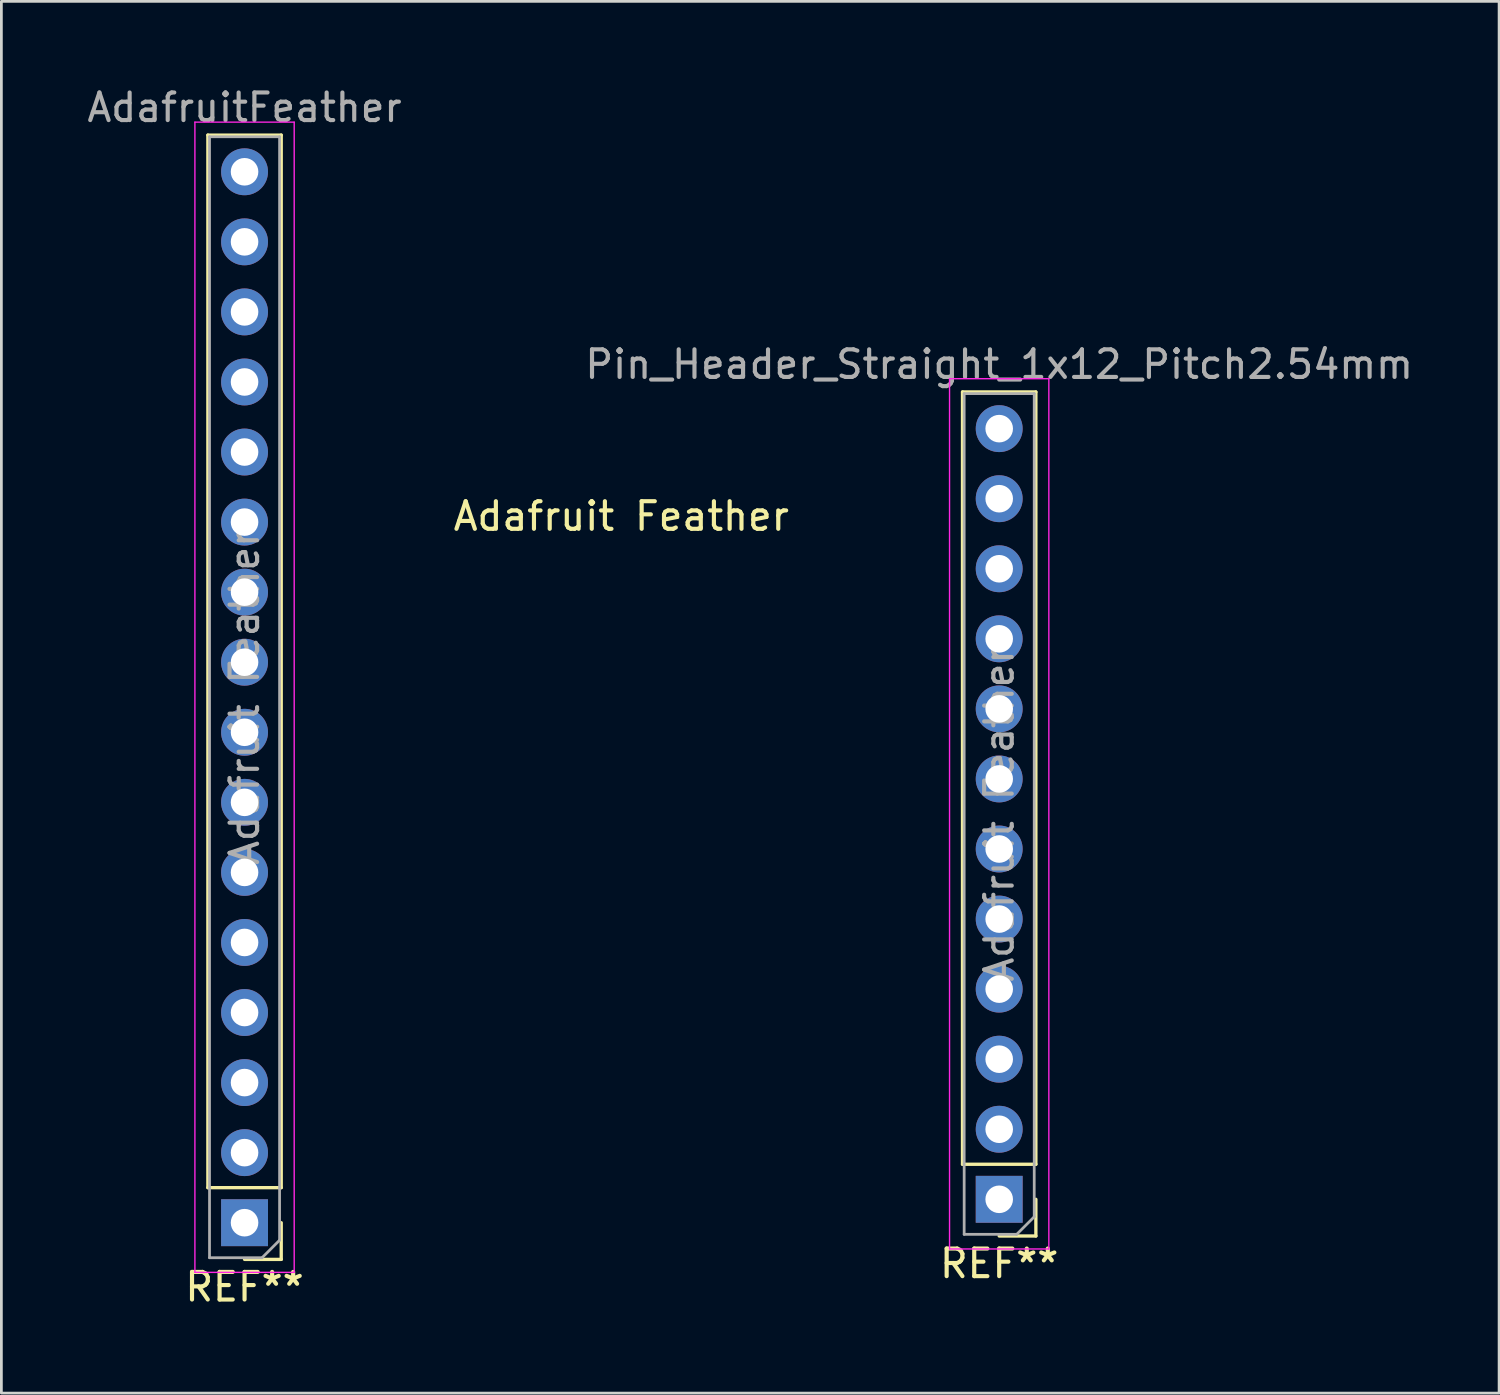
<source format=kicad_pcb>
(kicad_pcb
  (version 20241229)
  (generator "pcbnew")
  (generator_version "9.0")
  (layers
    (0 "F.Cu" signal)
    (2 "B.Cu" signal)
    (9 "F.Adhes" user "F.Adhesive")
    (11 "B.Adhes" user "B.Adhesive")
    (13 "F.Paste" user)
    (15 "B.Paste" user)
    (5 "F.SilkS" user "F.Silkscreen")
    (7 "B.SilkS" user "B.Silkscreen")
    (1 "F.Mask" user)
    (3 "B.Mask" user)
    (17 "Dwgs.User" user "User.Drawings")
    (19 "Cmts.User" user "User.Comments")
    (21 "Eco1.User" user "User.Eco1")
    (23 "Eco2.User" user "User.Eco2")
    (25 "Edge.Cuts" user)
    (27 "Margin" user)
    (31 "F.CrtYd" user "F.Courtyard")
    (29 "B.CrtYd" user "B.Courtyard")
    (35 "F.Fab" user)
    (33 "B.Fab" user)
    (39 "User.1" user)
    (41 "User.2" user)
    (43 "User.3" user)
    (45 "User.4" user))
  (footprint "Adafruit Feather"
    (layer "F.Cu")
    (at 22.015 17.706)
    (property "Reference" "Adafruit Feather" (at -2.54 -2.04 0) (layer "F.SilkS") (effects (font (size 1 1) (thickness 0.15))))
    (attr through_hole)
    (fp_line (start -17.529 22.302) (end -17.529 -15.858) (stroke (width 0.12) (type solid)) (layer "F.SilkS"))
    (fp_line (start -14.869 -15.858) (end -17.529 -15.858) (stroke (width 0.12) (type solid)) (layer "F.SilkS"))
    (fp_line (start -14.869 22.302) (end -17.529 22.302) (stroke (width 0.12) (type solid)) (layer "F.SilkS"))
    (fp_line (start -14.869 22.302) (end -14.869 -15.858) (stroke (width 0.12) (type solid)) (layer "F.SilkS"))
    (fp_line (start -14.869 23.572) (end -14.869 24.902) (stroke (width 0.12) (type solid)) (layer "F.SilkS"))
    (fp_line (start -14.869 24.902) (end -16.199 24.902) (stroke (width 0.12) (type solid)) (layer "F.SilkS"))
    (fp_line (start 9.83 21.454) (end 9.83 -6.546) (stroke (width 0.12) (type solid)) (layer "F.SilkS"))
    (fp_line (start 12.49 -6.546) (end 9.83 -6.546) (stroke (width 0.12) (type solid)) (layer "F.SilkS"))
    (fp_line (start 12.49 21.454) (end 9.83 21.454) (stroke (width 0.12) (type solid)) (layer "F.SilkS"))
    (fp_line (start 12.49 21.454) (end 12.49 -6.546) (stroke (width 0.12) (type solid)) (layer "F.SilkS"))
    (fp_line (start 12.49 22.724) (end 12.49 24.054) (stroke (width 0.12) (type solid)) (layer "F.SilkS"))
    (fp_line (start 12.49 24.054) (end 11.16 24.054) (stroke (width 0.12) (type solid)) (layer "F.SilkS"))
    (fp_line (start -17.999 -16.328) (end -17.999 25.372) (stroke (width 0.05) (type solid)) (layer "F.CrtYd"))
    (fp_line (start -17.999 25.372) (end -14.399 25.372) (stroke (width 0.05) (type solid)) (layer "F.CrtYd"))
    (fp_line (start -14.399 -16.328) (end -17.999 -16.328) (stroke (width 0.05) (type solid)) (layer "F.CrtYd"))
    (fp_line (start -14.399 25.372) (end -14.399 -16.328) (stroke (width 0.05) (type solid)) (layer "F.CrtYd"))
    (fp_line (start 9.36 -7.026) (end 9.36 24.524) (stroke (width 0.05) (type solid)) (layer "F.CrtYd"))
    (fp_line (start 9.36 24.524) (end 12.96 24.524) (stroke (width 0.05) (type solid)) (layer "F.CrtYd"))
    (fp_line (start 12.96 -7.026) (end 9.36 -7.026) (stroke (width 0.05) (type solid)) (layer "F.CrtYd"))
    (fp_line (start 12.96 24.524) (end 12.96 -7.026) (stroke (width 0.05) (type solid)) (layer "F.CrtYd"))
    (fp_line (start -17.469 -15.798) (end -14.929 -15.798) (stroke (width 0.1) (type solid)) (layer "F.Fab"))
    (fp_line (start -17.469 24.842) (end -17.469 -15.798) (stroke (width 0.1) (type solid)) (layer "F.Fab"))
    (fp_line (start -15.564 24.842) (end -17.469 24.842) (stroke (width 0.1) (type solid)) (layer "F.Fab"))
    (fp_line (start -14.929 -15.798) (end -14.929 24.207) (stroke (width 0.1) (type solid)) (layer "F.Fab"))
    (fp_line (start -14.929 24.207) (end -15.564 24.842) (stroke (width 0.1) (type solid)) (layer "F.Fab"))
    (fp_line (start 9.89 -6.486) (end 12.43 -6.486) (stroke (width 0.1) (type solid)) (layer "F.Fab"))
    (fp_line (start 9.89 23.994) (end 9.89 -6.486) (stroke (width 0.1) (type solid)) (layer "F.Fab"))
    (fp_line (start 11.795 23.994) (end 9.89 23.994) (stroke (width 0.1) (type solid)) (layer "F.Fab"))
    (fp_line (start 12.43 -6.486) (end 12.43 23.359) (stroke (width 0.1) (type solid)) (layer "F.Fab"))
    (fp_line (start 12.43 23.359) (end 11.795 23.994) (stroke (width 0.1) (type solid)) (layer "F.Fab"))
    (fp_text user "REF**" (at -16.199 25.902 180) (layer "F.SilkS") (effects (font (size 1 1) (thickness 0.15))))
    (fp_text user "REF**" (at 11.16 25.054 180) (layer "F.SilkS") (effects (font (size 1 1) (thickness 0.15))))
    (fp_text user "${REFERENCE}" (at -16.199 4.522 270) (layer "F.Fab") (effects (font (size 1 1) (thickness 0.15))))
    (fp_text user "AdafruitFeather" (at -16.199 -16.858 180) (layer "F.Fab") (effects (font (size 1 1) (thickness 0.15))))
    (fp_text user "Pin_Header_Straight_1x12_Pitch2.54mm" (at 11.16 -7.546 180) (layer "F.Fab") (effects (font (size 1 1) (thickness 0.15))))
    (fp_text user "${REFERENCE}" (at 11.16 8.754 270) (layer "F.Fab") (effects (font (size 1 1) (thickness 0.15))))
    (pad "1" thru_hole rect (at -16.199 23.572 180) (size 1.7 1.7) (drill 1) (layers "*.Cu" "*.Mask"))
    (pad "2" thru_hole oval (at -16.199 21.032 180) (size 1.7 1.7) (drill 1) (layers "*.Cu" "*.Mask"))
    (pad "3" thru_hole oval (at -16.199 18.492 180) (size 1.7 1.7) (drill 1) (layers "*.Cu" "*.Mask"))
    (pad "4" thru_hole oval (at -16.199 15.952 180) (size 1.7 1.7) (drill 1) (layers "*.Cu" "*.Mask"))
    (pad "5" thru_hole oval (at -16.199 13.412 180) (size 1.7 1.7) (drill 1) (layers "*.Cu" "*.Mask"))
    (pad "6" thru_hole oval (at -16.199 10.872 180) (size 1.7 1.7) (drill 1) (layers "*.Cu" "*.Mask"))
    (pad "7" thru_hole oval (at -16.199 8.332 180) (size 1.7 1.7) (drill 1) (layers "*.Cu" "*.Mask"))
    (pad "8" thru_hole oval (at -16.199 5.792 180) (size 1.7 1.7) (drill 1) (layers "*.Cu" "*.Mask"))
    (pad "9" thru_hole oval (at -16.199 3.252 180) (size 1.7 1.7) (drill 1) (layers "*.Cu" "*.Mask"))
    (pad "10" thru_hole oval (at -16.199 0.712 180) (size 1.7 1.7) (drill 1) (layers "*.Cu" "*.Mask"))
    (pad "11" thru_hole oval (at -16.199 -1.828) (size 1.7 1.7) (drill 1) (layers "*.Cu" "*.Mask"))
    (pad "12" thru_hole oval (at -16.199 -4.368 180) (size 1.7 1.7) (drill 1) (layers "*.Cu" "*.Mask"))
    (pad "13" thru_hole oval (at -16.199 -6.908 180) (size 1.7 1.7) (drill 1) (layers "*.Cu" "*.Mask"))
    (pad "14" thru_hole oval (at -16.199 -9.448 180) (size 1.7 1.7) (drill 1) (layers "*.Cu" "*.Mask"))
    (pad "15" thru_hole oval (at -16.199 -11.988 180) (size 1.7 1.7) (drill 1) (layers "*.Cu" "*.Mask"))
    (pad "16" thru_hole oval (at -16.199 -14.528 180) (size 1.7 1.7) (drill 1) (layers "*.Cu" "*.Mask"))
    (pad "17" thru_hole oval (at 11.16 -5.216 180) (size 1.7 1.7) (drill 1) (layers "*.Cu" "*.Mask"))
    (pad "18" thru_hole oval (at 11.16 -2.676 180) (size 1.7 1.7) (drill 1) (layers "*.Cu" "*.Mask"))
    (pad "19" thru_hole oval (at 11.16 -0.136 180) (size 1.7 1.7) (drill 1) (layers "*.Cu" "*.Mask"))
    (pad "20" thru_hole oval (at 11.16 2.404 180) (size 1.7 1.7) (drill 1) (layers "*.Cu" "*.Mask"))
    (pad "21" thru_hole oval (at 11.16 4.944 180) (size 1.7 1.7) (drill 1) (layers "*.Cu" "*.Mask"))
    (pad "22" thru_hole oval (at 11.16 7.484 180) (size 1.7 1.7) (drill 1) (layers "*.Cu" "*.Mask"))
    (pad "23" thru_hole oval (at 11.16 10.024 180) (size 1.7 1.7) (drill 1) (layers "*.Cu" "*.Mask"))
    (pad "24" thru_hole oval (at 11.16 12.564 180) (size 1.7 1.7) (drill 1) (layers "*.Cu" "*.Mask"))
    (pad "25" thru_hole oval (at 11.16 15.104 180) (size 1.7 1.7) (drill 1) (layers "*.Cu" "*.Mask"))
    (pad "26" thru_hole oval (at 11.16 17.644 180) (size 1.7 1.7) (drill 1) (layers "*.Cu" "*.Mask"))
    (pad "27" thru_hole oval (at 11.16 20.184 180) (size 1.7 1.7) (drill 1) (layers "*.Cu" "*.Mask"))
    (pad "28" thru_hole rect (at 11.16 22.724 180) (size 1.7 1.7) (drill 1) (layers "*.Cu" "*.Mask")))
  (gr_rect
    (start -3 -3)
    (end 51.299 47.456)
    (stroke (width 0.1) (type default))
    (fill no)
    (layer "Edge.Cuts")))
</source>
